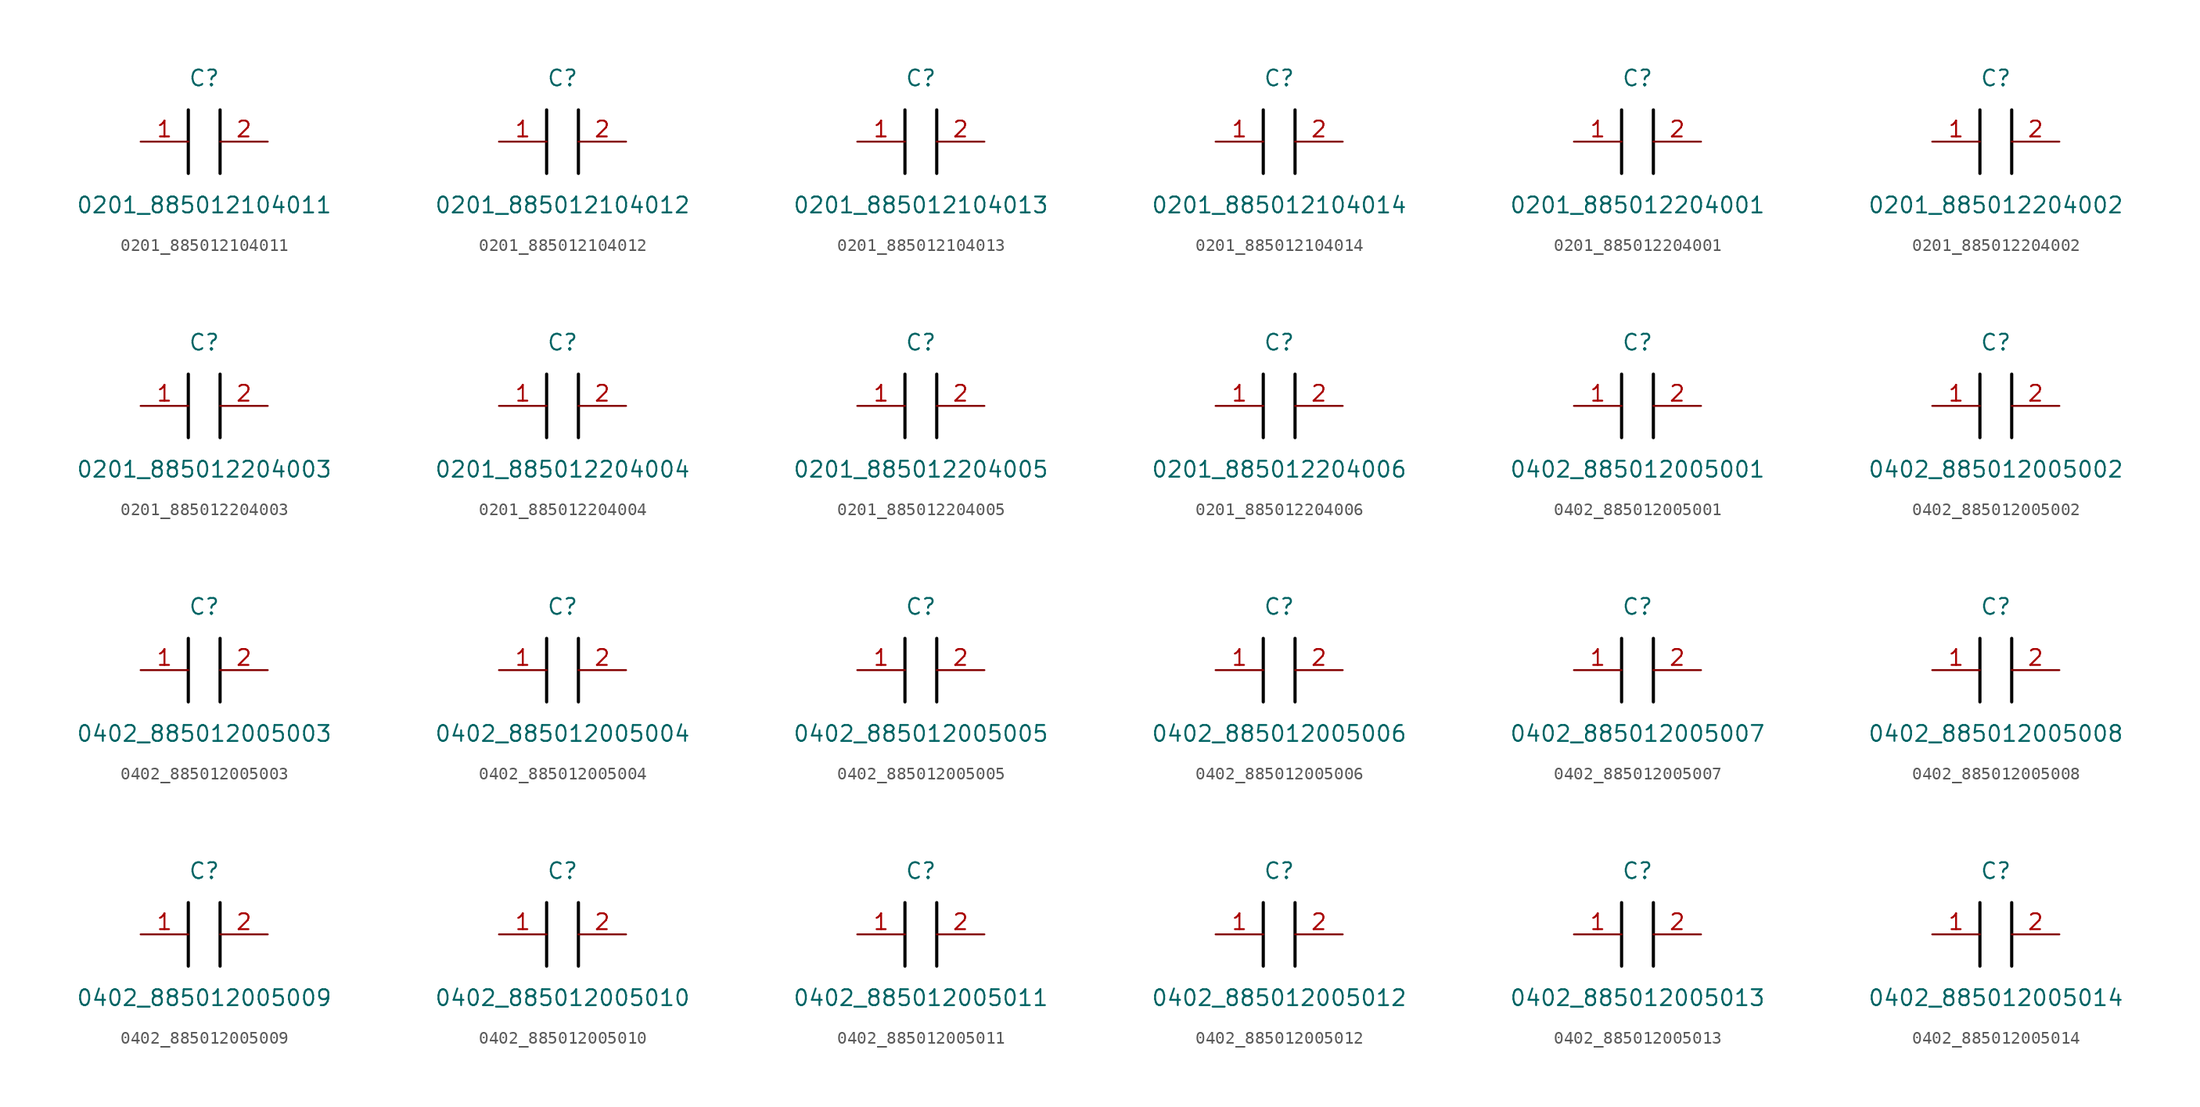
<source format=kicad_sym>
(kicad_symbol_lib
  (version 20220914)
  (generator kicad_symbol_editor)
  (symbol "0201_885012104011"
    (pin_names hide)
    (property "Reference" "C"
      (at 0 5.08 0)
      (effects (font (size 1.27 1.27))))
    (property "Value" "0201_885012104011"
      (at 0 -5.08 0)
      (effects (font (size 1.27 1.27))))
    (symbol "0201_885012104011_1_1"
      (polyline (pts (xy -1.27 2.54) (xy -1.27 -2.54)) (stroke (width 0.254) (type default) (color 0 0 0 1)) (fill (type none)))
      (polyline (pts (xy 1.27 2.54) (xy 1.27 -2.54)) (stroke (width 0.254) (type default) (color 0 0 0 1)) (fill (type none)))
      (pin passive line (at -5.08 0 0) (length 3.81) (name "1" (effects (font (size 1.27 1.27)))) (number "1" (effects (font (size 1.27 1.27)))))
      (pin passive line (at 5.08 0 180) (length 3.81) (name "2" (effects (font (size 1.27 1.27)))) (number "2" (effects (font (size 1.27 1.27)))))))
  (symbol "0201_885012104012"
    (pin_names hide)
    (property "Reference" "C"
      (at 0 5.08 0)
      (effects (font (size 1.27 1.27))))
    (property "Value" "0201_885012104012"
      (at 0 -5.08 0)
      (effects (font (size 1.27 1.27))))
    (symbol "0201_885012104012_1_1"
      (polyline (pts (xy -1.27 2.54) (xy -1.27 -2.54)) (stroke (width 0.254) (type default) (color 0 0 0 1)) (fill (type none)))
      (polyline (pts (xy 1.27 2.54) (xy 1.27 -2.54)) (stroke (width 0.254) (type default) (color 0 0 0 1)) (fill (type none)))
      (pin passive line (at -5.08 0 0) (length 3.81) (name "1" (effects (font (size 1.27 1.27)))) (number "1" (effects (font (size 1.27 1.27)))))
      (pin passive line (at 5.08 0 180) (length 3.81) (name "2" (effects (font (size 1.27 1.27)))) (number "2" (effects (font (size 1.27 1.27)))))))
  (symbol "0201_885012104013"
    (pin_names hide)
    (property "Reference" "C"
      (at 0 5.08 0)
      (effects (font (size 1.27 1.27))))
    (property "Value" "0201_885012104013"
      (at 0 -5.08 0)
      (effects (font (size 1.27 1.27))))
    (symbol "0201_885012104013_1_1"
      (polyline (pts (xy -1.27 2.54) (xy -1.27 -2.54)) (stroke (width 0.254) (type default) (color 0 0 0 1)) (fill (type none)))
      (polyline (pts (xy 1.27 2.54) (xy 1.27 -2.54)) (stroke (width 0.254) (type default) (color 0 0 0 1)) (fill (type none)))
      (pin passive line (at -5.08 0 0) (length 3.81) (name "1" (effects (font (size 1.27 1.27)))) (number "1" (effects (font (size 1.27 1.27)))))
      (pin passive line (at 5.08 0 180) (length 3.81) (name "2" (effects (font (size 1.27 1.27)))) (number "2" (effects (font (size 1.27 1.27)))))))
  (symbol "0201_885012104014"
    (pin_names hide)
    (property "Reference" "C"
      (at 0 5.08 0)
      (effects (font (size 1.27 1.27))))
    (property "Value" "0201_885012104014"
      (at 0 -5.08 0)
      (effects (font (size 1.27 1.27))))
    (symbol "0201_885012104014_1_1"
      (polyline (pts (xy -1.27 2.54) (xy -1.27 -2.54)) (stroke (width 0.254) (type default) (color 0 0 0 1)) (fill (type none)))
      (polyline (pts (xy 1.27 2.54) (xy 1.27 -2.54)) (stroke (width 0.254) (type default) (color 0 0 0 1)) (fill (type none)))
      (pin passive line (at -5.08 0 0) (length 3.81) (name "1" (effects (font (size 1.27 1.27)))) (number "1" (effects (font (size 1.27 1.27)))))
      (pin passive line (at 5.08 0 180) (length 3.81) (name "2" (effects (font (size 1.27 1.27)))) (number "2" (effects (font (size 1.27 1.27)))))))
  (symbol "0201_885012204001"
    (pin_names hide)
    (property "Reference" "C"
      (at 0 5.08 0)
      (effects (font (size 1.27 1.27))))
    (property "Value" "0201_885012204001"
      (at 0 -5.08 0)
      (effects (font (size 1.27 1.27))))
    (symbol "0201_885012204001_1_1"
      (polyline (pts (xy -1.27 2.54) (xy -1.27 -2.54)) (stroke (width 0.254) (type default) (color 0 0 0 1)) (fill (type none)))
      (polyline (pts (xy 1.27 2.54) (xy 1.27 -2.54)) (stroke (width 0.254) (type default) (color 0 0 0 1)) (fill (type none)))
      (pin passive line (at -5.08 0 0) (length 3.81) (name "1" (effects (font (size 1.27 1.27)))) (number "1" (effects (font (size 1.27 1.27)))))
      (pin passive line (at 5.08 0 180) (length 3.81) (name "2" (effects (font (size 1.27 1.27)))) (number "2" (effects (font (size 1.27 1.27)))))))
  (symbol "0201_885012204002"
    (pin_names hide)
    (property "Reference" "C"
      (at 0 5.08 0)
      (effects (font (size 1.27 1.27))))
    (property "Value" "0201_885012204002"
      (at 0 -5.08 0)
      (effects (font (size 1.27 1.27))))
    (symbol "0201_885012204002_1_1"
      (polyline (pts (xy -1.27 2.54) (xy -1.27 -2.54)) (stroke (width 0.254) (type default) (color 0 0 0 1)) (fill (type none)))
      (polyline (pts (xy 1.27 2.54) (xy 1.27 -2.54)) (stroke (width 0.254) (type default) (color 0 0 0 1)) (fill (type none)))
      (pin passive line (at -5.08 0 0) (length 3.81) (name "1" (effects (font (size 1.27 1.27)))) (number "1" (effects (font (size 1.27 1.27)))))
      (pin passive line (at 5.08 0 180) (length 3.81) (name "2" (effects (font (size 1.27 1.27)))) (number "2" (effects (font (size 1.27 1.27)))))))
  (symbol "0201_885012204003"
    (pin_names hide)
    (property "Reference" "C"
      (at 0 5.08 0)
      (effects (font (size 1.27 1.27))))
    (property "Value" "0201_885012204003"
      (at 0 -5.08 0)
      (effects (font (size 1.27 1.27))))
    (symbol "0201_885012204003_1_1"
      (polyline (pts (xy -1.27 2.54) (xy -1.27 -2.54)) (stroke (width 0.254) (type default) (color 0 0 0 1)) (fill (type none)))
      (polyline (pts (xy 1.27 2.54) (xy 1.27 -2.54)) (stroke (width 0.254) (type default) (color 0 0 0 1)) (fill (type none)))
      (pin passive line (at -5.08 0 0) (length 3.81) (name "1" (effects (font (size 1.27 1.27)))) (number "1" (effects (font (size 1.27 1.27)))))
      (pin passive line (at 5.08 0 180) (length 3.81) (name "2" (effects (font (size 1.27 1.27)))) (number "2" (effects (font (size 1.27 1.27)))))))
  (symbol "0201_885012204004"
    (pin_names hide)
    (property "Reference" "C"
      (at 0 5.08 0)
      (effects (font (size 1.27 1.27))))
    (property "Value" "0201_885012204004"
      (at 0 -5.08 0)
      (effects (font (size 1.27 1.27))))
    (symbol "0201_885012204004_1_1"
      (polyline (pts (xy -1.27 2.54) (xy -1.27 -2.54)) (stroke (width 0.254) (type default) (color 0 0 0 1)) (fill (type none)))
      (polyline (pts (xy 1.27 2.54) (xy 1.27 -2.54)) (stroke (width 0.254) (type default) (color 0 0 0 1)) (fill (type none)))
      (pin passive line (at -5.08 0 0) (length 3.81) (name "1" (effects (font (size 1.27 1.27)))) (number "1" (effects (font (size 1.27 1.27)))))
      (pin passive line (at 5.08 0 180) (length 3.81) (name "2" (effects (font (size 1.27 1.27)))) (number "2" (effects (font (size 1.27 1.27)))))))
  (symbol "0201_885012204005"
    (pin_names hide)
    (property "Reference" "C"
      (at 0 5.08 0)
      (effects (font (size 1.27 1.27))))
    (property "Value" "0201_885012204005"
      (at 0 -5.08 0)
      (effects (font (size 1.27 1.27))))
    (symbol "0201_885012204005_1_1"
      (polyline (pts (xy -1.27 2.54) (xy -1.27 -2.54)) (stroke (width 0.254) (type default) (color 0 0 0 1)) (fill (type none)))
      (polyline (pts (xy 1.27 2.54) (xy 1.27 -2.54)) (stroke (width 0.254) (type default) (color 0 0 0 1)) (fill (type none)))
      (pin passive line (at -5.08 0 0) (length 3.81) (name "1" (effects (font (size 1.27 1.27)))) (number "1" (effects (font (size 1.27 1.27)))))
      (pin passive line (at 5.08 0 180) (length 3.81) (name "2" (effects (font (size 1.27 1.27)))) (number "2" (effects (font (size 1.27 1.27)))))))
  (symbol "0201_885012204006"
    (pin_names hide)
    (property "Reference" "C"
      (at 0 5.08 0)
      (effects (font (size 1.27 1.27))))
    (property "Value" "0201_885012204006"
      (at 0 -5.08 0)
      (effects (font (size 1.27 1.27))))
    (symbol "0201_885012204006_1_1"
      (polyline (pts (xy -1.27 2.54) (xy -1.27 -2.54)) (stroke (width 0.254) (type default) (color 0 0 0 1)) (fill (type none)))
      (polyline (pts (xy 1.27 2.54) (xy 1.27 -2.54)) (stroke (width 0.254) (type default) (color 0 0 0 1)) (fill (type none)))
      (pin passive line (at -5.08 0 0) (length 3.81) (name "1" (effects (font (size 1.27 1.27)))) (number "1" (effects (font (size 1.27 1.27)))))
      (pin passive line (at 5.08 0 180) (length 3.81) (name "2" (effects (font (size 1.27 1.27)))) (number "2" (effects (font (size 1.27 1.27)))))))
  (symbol "0402_885012005001"
    (pin_names hide)
    (property "Reference" "C"
      (at 0 5.08 0)
      (effects (font (size 1.27 1.27))))
    (property "Value" "0402_885012005001"
      (at 0 -5.08 0)
      (effects (font (size 1.27 1.27))))
    (symbol "0402_885012005001_1_1"
      (polyline (pts (xy -1.27 2.54) (xy -1.27 -2.54)) (stroke (width 0.254) (type default) (color 0 0 0 1)) (fill (type none)))
      (polyline (pts (xy 1.27 2.54) (xy 1.27 -2.54)) (stroke (width 0.254) (type default) (color 0 0 0 1)) (fill (type none)))
      (pin passive line (at -5.08 0 0) (length 3.81) (name "1" (effects (font (size 1.27 1.27)))) (number "1" (effects (font (size 1.27 1.27)))))
      (pin passive line (at 5.08 0 180) (length 3.81) (name "2" (effects (font (size 1.27 1.27)))) (number "2" (effects (font (size 1.27 1.27)))))))
  (symbol "0402_885012005002"
    (pin_names hide)
    (property "Reference" "C"
      (at 0 5.08 0)
      (effects (font (size 1.27 1.27))))
    (property "Value" "0402_885012005002"
      (at 0 -5.08 0)
      (effects (font (size 1.27 1.27))))
    (symbol "0402_885012005002_1_1"
      (polyline (pts (xy -1.27 2.54) (xy -1.27 -2.54)) (stroke (width 0.254) (type default) (color 0 0 0 1)) (fill (type none)))
      (polyline (pts (xy 1.27 2.54) (xy 1.27 -2.54)) (stroke (width 0.254) (type default) (color 0 0 0 1)) (fill (type none)))
      (pin passive line (at -5.08 0 0) (length 3.81) (name "1" (effects (font (size 1.27 1.27)))) (number "1" (effects (font (size 1.27 1.27)))))
      (pin passive line (at 5.08 0 180) (length 3.81) (name "2" (effects (font (size 1.27 1.27)))) (number "2" (effects (font (size 1.27 1.27)))))))
  (symbol "0402_885012005003"
    (pin_names hide)
    (property "Reference" "C"
      (at 0 5.08 0)
      (effects (font (size 1.27 1.27))))
    (property "Value" "0402_885012005003"
      (at 0 -5.08 0)
      (effects (font (size 1.27 1.27))))
    (symbol "0402_885012005003_1_1"
      (polyline (pts (xy -1.27 2.54) (xy -1.27 -2.54)) (stroke (width 0.254) (type default) (color 0 0 0 1)) (fill (type none)))
      (polyline (pts (xy 1.27 2.54) (xy 1.27 -2.54)) (stroke (width 0.254) (type default) (color 0 0 0 1)) (fill (type none)))
      (pin passive line (at -5.08 0 0) (length 3.81) (name "1" (effects (font (size 1.27 1.27)))) (number "1" (effects (font (size 1.27 1.27)))))
      (pin passive line (at 5.08 0 180) (length 3.81) (name "2" (effects (font (size 1.27 1.27)))) (number "2" (effects (font (size 1.27 1.27)))))))
  (symbol "0402_885012005004"
    (pin_names hide)
    (property "Reference" "C"
      (at 0 5.08 0)
      (effects (font (size 1.27 1.27))))
    (property "Value" "0402_885012005004"
      (at 0 -5.08 0)
      (effects (font (size 1.27 1.27))))
    (symbol "0402_885012005004_1_1"
      (polyline (pts (xy -1.27 2.54) (xy -1.27 -2.54)) (stroke (width 0.254) (type default) (color 0 0 0 1)) (fill (type none)))
      (polyline (pts (xy 1.27 2.54) (xy 1.27 -2.54)) (stroke (width 0.254) (type default) (color 0 0 0 1)) (fill (type none)))
      (pin passive line (at -5.08 0 0) (length 3.81) (name "1" (effects (font (size 1.27 1.27)))) (number "1" (effects (font (size 1.27 1.27)))))
      (pin passive line (at 5.08 0 180) (length 3.81) (name "2" (effects (font (size 1.27 1.27)))) (number "2" (effects (font (size 1.27 1.27)))))))
  (symbol "0402_885012005005"
    (pin_names hide)
    (property "Reference" "C"
      (at 0 5.08 0)
      (effects (font (size 1.27 1.27))))
    (property "Value" "0402_885012005005"
      (at 0 -5.08 0)
      (effects (font (size 1.27 1.27))))
    (symbol "0402_885012005005_1_1"
      (polyline (pts (xy -1.27 2.54) (xy -1.27 -2.54)) (stroke (width 0.254) (type default) (color 0 0 0 1)) (fill (type none)))
      (polyline (pts (xy 1.27 2.54) (xy 1.27 -2.54)) (stroke (width 0.254) (type default) (color 0 0 0 1)) (fill (type none)))
      (pin passive line (at -5.08 0 0) (length 3.81) (name "1" (effects (font (size 1.27 1.27)))) (number "1" (effects (font (size 1.27 1.27)))))
      (pin passive line (at 5.08 0 180) (length 3.81) (name "2" (effects (font (size 1.27 1.27)))) (number "2" (effects (font (size 1.27 1.27)))))))
  (symbol "0402_885012005006"
    (pin_names hide)
    (property "Reference" "C"
      (at 0 5.08 0)
      (effects (font (size 1.27 1.27))))
    (property "Value" "0402_885012005006"
      (at 0 -5.08 0)
      (effects (font (size 1.27 1.27))))
    (symbol "0402_885012005006_1_1"
      (polyline (pts (xy -1.27 2.54) (xy -1.27 -2.54)) (stroke (width 0.254) (type default) (color 0 0 0 1)) (fill (type none)))
      (polyline (pts (xy 1.27 2.54) (xy 1.27 -2.54)) (stroke (width 0.254) (type default) (color 0 0 0 1)) (fill (type none)))
      (pin passive line (at -5.08 0 0) (length 3.81) (name "1" (effects (font (size 1.27 1.27)))) (number "1" (effects (font (size 1.27 1.27)))))
      (pin passive line (at 5.08 0 180) (length 3.81) (name "2" (effects (font (size 1.27 1.27)))) (number "2" (effects (font (size 1.27 1.27)))))))
  (symbol "0402_885012005007"
    (pin_names hide)
    (property "Reference" "C"
      (at 0 5.08 0)
      (effects (font (size 1.27 1.27))))
    (property "Value" "0402_885012005007"
      (at 0 -5.08 0)
      (effects (font (size 1.27 1.27))))
    (symbol "0402_885012005007_1_1"
      (polyline (pts (xy -1.27 2.54) (xy -1.27 -2.54)) (stroke (width 0.254) (type default) (color 0 0 0 1)) (fill (type none)))
      (polyline (pts (xy 1.27 2.54) (xy 1.27 -2.54)) (stroke (width 0.254) (type default) (color 0 0 0 1)) (fill (type none)))
      (pin passive line (at -5.08 0 0) (length 3.81) (name "1" (effects (font (size 1.27 1.27)))) (number "1" (effects (font (size 1.27 1.27)))))
      (pin passive line (at 5.08 0 180) (length 3.81) (name "2" (effects (font (size 1.27 1.27)))) (number "2" (effects (font (size 1.27 1.27)))))))
  (symbol "0402_885012005008"
    (pin_names hide)
    (property "Reference" "C"
      (at 0 5.08 0)
      (effects (font (size 1.27 1.27))))
    (property "Value" "0402_885012005008"
      (at 0 -5.08 0)
      (effects (font (size 1.27 1.27))))
    (symbol "0402_885012005008_1_1"
      (polyline (pts (xy -1.27 2.54) (xy -1.27 -2.54)) (stroke (width 0.254) (type default) (color 0 0 0 1)) (fill (type none)))
      (polyline (pts (xy 1.27 2.54) (xy 1.27 -2.54)) (stroke (width 0.254) (type default) (color 0 0 0 1)) (fill (type none)))
      (pin passive line (at -5.08 0 0) (length 3.81) (name "1" (effects (font (size 1.27 1.27)))) (number "1" (effects (font (size 1.27 1.27)))))
      (pin passive line (at 5.08 0 180) (length 3.81) (name "2" (effects (font (size 1.27 1.27)))) (number "2" (effects (font (size 1.27 1.27)))))))
  (symbol "0402_885012005009"
    (pin_names hide)
    (property "Reference" "C"
      (at 0 5.08 0)
      (effects (font (size 1.27 1.27))))
    (property "Value" "0402_885012005009"
      (at 0 -5.08 0)
      (effects (font (size 1.27 1.27))))
    (symbol "0402_885012005009_1_1"
      (polyline (pts (xy -1.27 2.54) (xy -1.27 -2.54)) (stroke (width 0.254) (type default) (color 0 0 0 1)) (fill (type none)))
      (polyline (pts (xy 1.27 2.54) (xy 1.27 -2.54)) (stroke (width 0.254) (type default) (color 0 0 0 1)) (fill (type none)))
      (pin passive line (at -5.08 0 0) (length 3.81) (name "1" (effects (font (size 1.27 1.27)))) (number "1" (effects (font (size 1.27 1.27)))))
      (pin passive line (at 5.08 0 180) (length 3.81) (name "2" (effects (font (size 1.27 1.27)))) (number "2" (effects (font (size 1.27 1.27)))))))
  (symbol "0402_885012005010"
    (pin_names hide)
    (property "Reference" "C"
      (at 0 5.08 0)
      (effects (font (size 1.27 1.27))))
    (property "Value" "0402_885012005010"
      (at 0 -5.08 0)
      (effects (font (size 1.27 1.27))))
    (symbol "0402_885012005010_1_1"
      (polyline (pts (xy -1.27 2.54) (xy -1.27 -2.54)) (stroke (width 0.254) (type default) (color 0 0 0 1)) (fill (type none)))
      (polyline (pts (xy 1.27 2.54) (xy 1.27 -2.54)) (stroke (width 0.254) (type default) (color 0 0 0 1)) (fill (type none)))
      (pin passive line (at -5.08 0 0) (length 3.81) (name "1" (effects (font (size 1.27 1.27)))) (number "1" (effects (font (size 1.27 1.27)))))
      (pin passive line (at 5.08 0 180) (length 3.81) (name "2" (effects (font (size 1.27 1.27)))) (number "2" (effects (font (size 1.27 1.27)))))))
  (symbol "0402_885012005011"
    (pin_names hide)
    (property "Reference" "C"
      (at 0 5.08 0)
      (effects (font (size 1.27 1.27))))
    (property "Value" "0402_885012005011"
      (at 0 -5.08 0)
      (effects (font (size 1.27 1.27))))
    (symbol "0402_885012005011_1_1"
      (polyline (pts (xy -1.27 2.54) (xy -1.27 -2.54)) (stroke (width 0.254) (type default) (color 0 0 0 1)) (fill (type none)))
      (polyline (pts (xy 1.27 2.54) (xy 1.27 -2.54)) (stroke (width 0.254) (type default) (color 0 0 0 1)) (fill (type none)))
      (pin passive line (at -5.08 0 0) (length 3.81) (name "1" (effects (font (size 1.27 1.27)))) (number "1" (effects (font (size 1.27 1.27)))))
      (pin passive line (at 5.08 0 180) (length 3.81) (name "2" (effects (font (size 1.27 1.27)))) (number "2" (effects (font (size 1.27 1.27)))))))
  (symbol "0402_885012005012"
    (pin_names hide)
    (property "Reference" "C"
      (at 0 5.08 0)
      (effects (font (size 1.27 1.27))))
    (property "Value" "0402_885012005012"
      (at 0 -5.08 0)
      (effects (font (size 1.27 1.27))))
    (symbol "0402_885012005012_1_1"
      (polyline (pts (xy -1.27 2.54) (xy -1.27 -2.54)) (stroke (width 0.254) (type default) (color 0 0 0 1)) (fill (type none)))
      (polyline (pts (xy 1.27 2.54) (xy 1.27 -2.54)) (stroke (width 0.254) (type default) (color 0 0 0 1)) (fill (type none)))
      (pin passive line (at -5.08 0 0) (length 3.81) (name "1" (effects (font (size 1.27 1.27)))) (number "1" (effects (font (size 1.27 1.27)))))
      (pin passive line (at 5.08 0 180) (length 3.81) (name "2" (effects (font (size 1.27 1.27)))) (number "2" (effects (font (size 1.27 1.27)))))))
  (symbol "0402_885012005013"
    (pin_names hide)
    (property "Reference" "C"
      (at 0 5.08 0)
      (effects (font (size 1.27 1.27))))
    (property "Value" "0402_885012005013"
      (at 0 -5.08 0)
      (effects (font (size 1.27 1.27))))
    (symbol "0402_885012005013_1_1"
      (polyline (pts (xy -1.27 2.54) (xy -1.27 -2.54)) (stroke (width 0.254) (type default) (color 0 0 0 1)) (fill (type none)))
      (polyline (pts (xy 1.27 2.54) (xy 1.27 -2.54)) (stroke (width 0.254) (type default) (color 0 0 0 1)) (fill (type none)))
      (pin passive line (at -5.08 0 0) (length 3.81) (name "1" (effects (font (size 1.27 1.27)))) (number "1" (effects (font (size 1.27 1.27)))))
      (pin passive line (at 5.08 0 180) (length 3.81) (name "2" (effects (font (size 1.27 1.27)))) (number "2" (effects (font (size 1.27 1.27)))))))
  (symbol "0402_885012005014"
    (pin_names hide)
    (property "Reference" "C"
      (at 0 5.08 0)
      (effects (font (size 1.27 1.27))))
    (property "Value" "0402_885012005014"
      (at 0 -5.08 0)
      (effects (font (size 1.27 1.27))))
    (symbol "0402_885012005014_1_1"
      (polyline (pts (xy -1.27 2.54) (xy -1.27 -2.54)) (stroke (width 0.254) (type default) (color 0 0 0 1)) (fill (type none)))
      (polyline (pts (xy 1.27 2.54) (xy 1.27 -2.54)) (stroke (width 0.254) (type default) (color 0 0 0 1)) (fill (type none)))
      (pin passive line (at -5.08 0 0) (length 3.81) (name "1" (effects (font (size 1.27 1.27)))) (number "1" (effects (font (size 1.27 1.27)))))
      (pin passive line (at 5.08 0 180) (length 3.81) (name "2" (effects (font (size 1.27 1.27)))) (number "2" (effects (font (size 1.27 1.27))))))))
</source>
